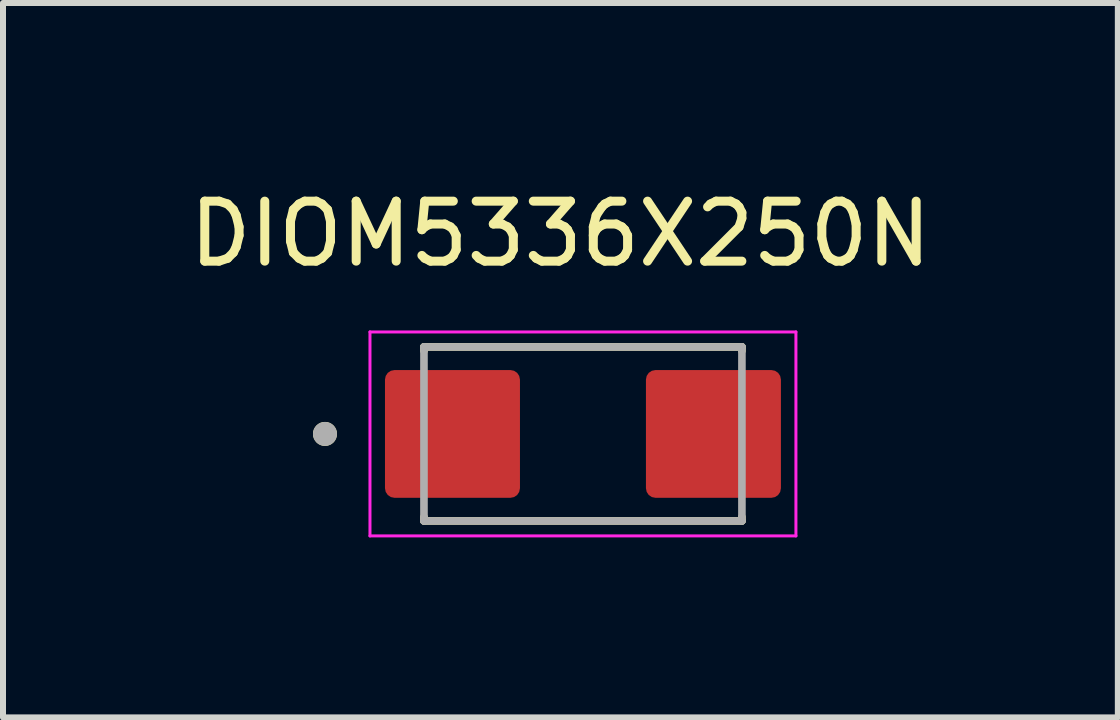
<source format=kicad_pcb>
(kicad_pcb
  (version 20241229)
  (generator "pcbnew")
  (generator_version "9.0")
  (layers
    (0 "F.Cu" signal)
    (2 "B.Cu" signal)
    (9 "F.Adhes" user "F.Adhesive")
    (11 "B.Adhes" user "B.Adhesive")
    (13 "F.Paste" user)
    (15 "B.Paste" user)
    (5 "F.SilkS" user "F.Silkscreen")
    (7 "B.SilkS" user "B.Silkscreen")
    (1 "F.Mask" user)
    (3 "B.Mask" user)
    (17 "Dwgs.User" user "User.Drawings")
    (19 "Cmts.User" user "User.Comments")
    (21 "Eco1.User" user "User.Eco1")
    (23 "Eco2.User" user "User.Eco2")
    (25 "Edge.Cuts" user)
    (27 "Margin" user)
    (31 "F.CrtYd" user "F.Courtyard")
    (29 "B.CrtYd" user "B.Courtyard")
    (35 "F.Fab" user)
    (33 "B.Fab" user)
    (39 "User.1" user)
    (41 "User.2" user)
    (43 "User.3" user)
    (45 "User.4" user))
  (footprint "DIOM5336X250N"
    (layer "F.Cu")
    (at 6.667 4.183)
    (property "Reference" "DIOM5336X250N" (at -0.375 -3.335 0) (layer "F.SilkS") (effects (font (size 1 1) (thickness 0.15))))
    (attr smd)
    (fp_line (start -2.65 -1.45) (end 2.65 -1.45) (stroke (width 0.127) (type solid)) (layer "F.SilkS"))
    (fp_line (start -2.65 -1.385) (end -2.65 -1.45) (stroke (width 0.127) (type solid)) (layer "F.SilkS"))
    (fp_line (start -2.65 1.45) (end -2.65 1.385) (stroke (width 0.127) (type solid)) (layer "F.SilkS"))
    (fp_line (start 2.65 -1.45) (end 2.65 -1.385) (stroke (width 0.127) (type solid)) (layer "F.SilkS"))
    (fp_line (start 2.65 1.45) (end -2.65 1.45) (stroke (width 0.127) (type solid)) (layer "F.SilkS"))
    (fp_line (start 2.65 1.45) (end 2.65 1.385) (stroke (width 0.127) (type solid)) (layer "F.SilkS"))
    (fp_circle (center -4.3 0) (end -4.2 0) (stroke (width 0.2) (type solid)) (fill no) (layer "F.SilkS"))
    (fp_line (start -3.55 -1.7) (end -3.55 1.7) (stroke (width 0.05) (type solid)) (layer "F.CrtYd"))
    (fp_line (start -3.55 1.7) (end 3.55 1.7) (stroke (width 0.05) (type solid)) (layer "F.CrtYd"))
    (fp_line (start 3.55 -1.7) (end -3.55 -1.7) (stroke (width 0.05) (type solid)) (layer "F.CrtYd"))
    (fp_line (start 3.55 1.7) (end 3.55 -1.7) (stroke (width 0.05) (type solid)) (layer "F.CrtYd"))
    (fp_line (start -2.65 -1.45) (end 2.65 -1.45) (stroke (width 0.127) (type solid)) (layer "F.Fab"))
    (fp_line (start -2.65 1.45) (end -2.65 -1.45) (stroke (width 0.127) (type solid)) (layer "F.Fab"))
    (fp_line (start 2.65 -1.45) (end 2.65 1.45) (stroke (width 0.127) (type solid)) (layer "F.Fab"))
    (fp_line (start 2.65 1.45) (end -2.65 1.45) (stroke (width 0.127) (type solid)) (layer "F.Fab"))
    (fp_circle (center -4.3 0) (end -4.2 0) (stroke (width 0.2) (type solid)) (fill no) (layer "F.Fab"))
    (pad "1" smd roundrect (at -2.175 0) (size 2.25 2.13) (layers "F.Cu" "F.Mask" "F.Paste") (roundrect_rratio 0.075))
    (pad "2" smd roundrect (at 2.175 0) (size 2.25 2.13) (layers "F.Cu" "F.Mask" "F.Paste") (roundrect_rratio 0.075)))
  (gr_rect
    (start -3 -3)
    (end 15.583 8.908)
    (stroke (width 0.1) (type default))
    (fill no)
    (layer "Edge.Cuts")))
</source>
